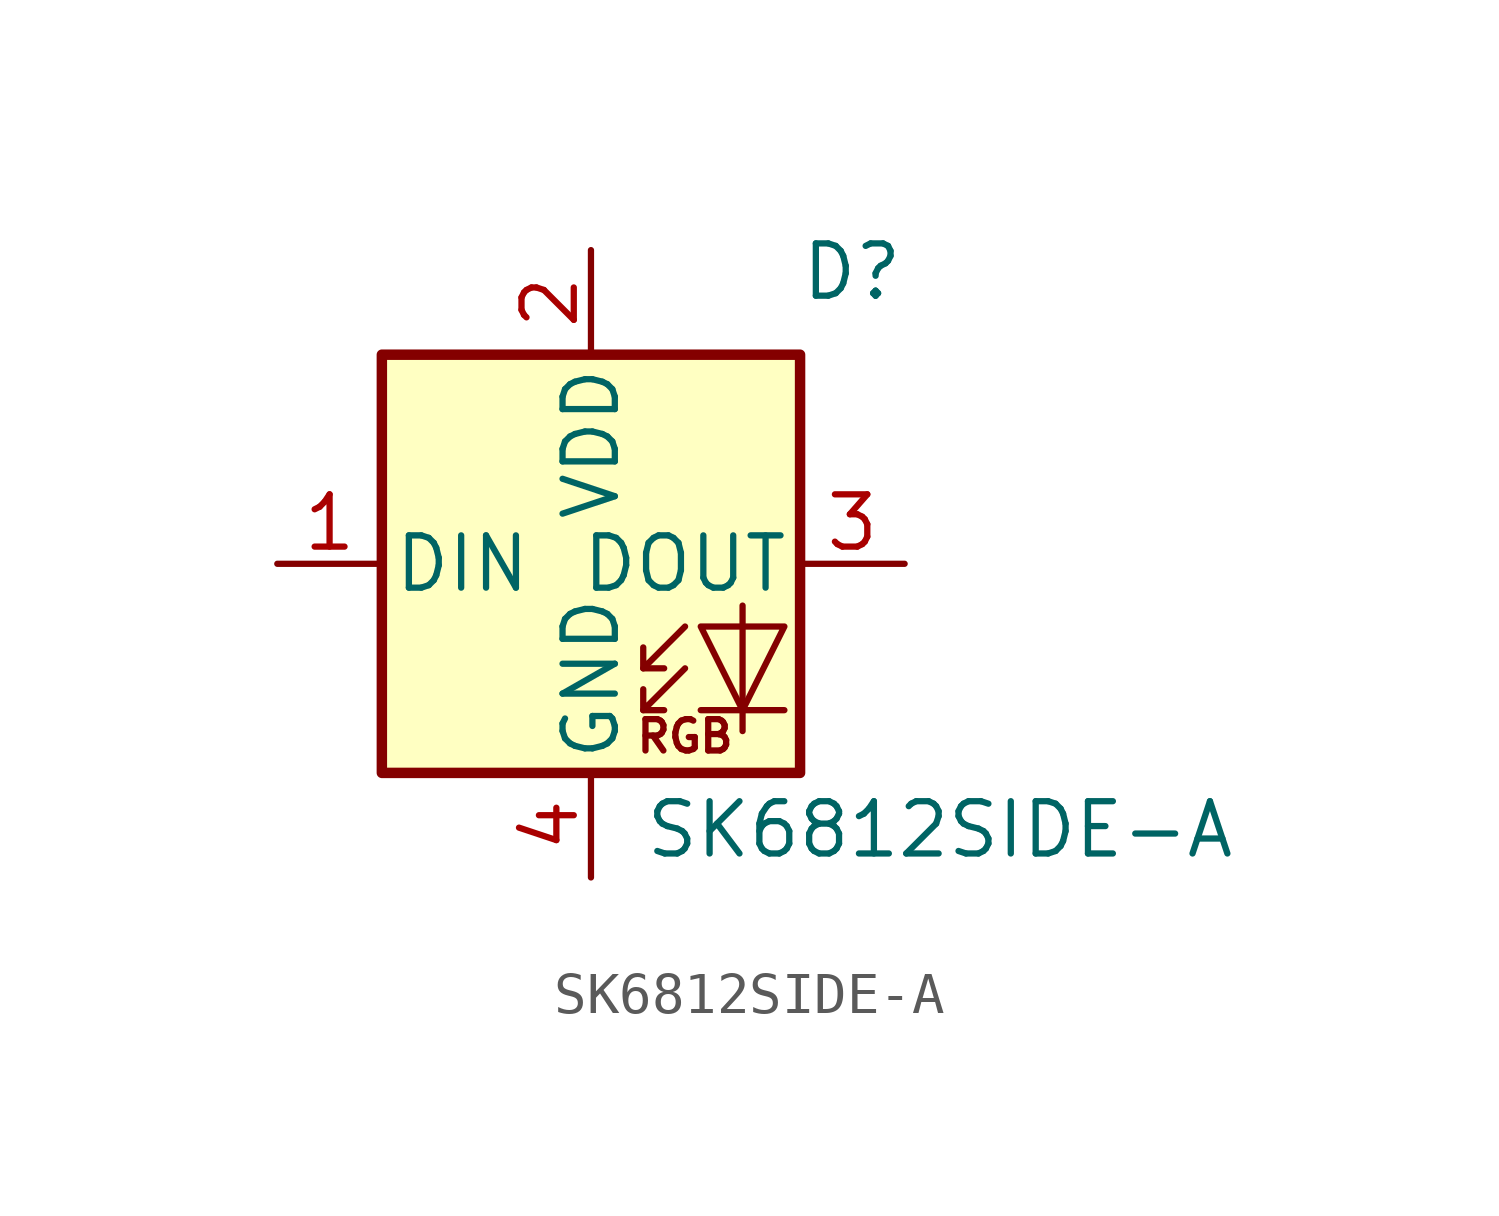
<source format=kicad_sym>
(kicad_symbol_lib
  (version 20211014)
  (generator kicad_symbol_editor)
  (symbol "SK6812SIDE-A"
    (pin_names
      (offset 0.254))
    (property "Reference" "D"
      (at 7.62 6.35 0)
      (effects (font (size 1.27 1.27)) (justify right bottom)))
    (property "Value" "SK6812SIDE-A"
      (at 1.27 -5.715 0)
      (effects (font (size 1.27 1.27)) (justify left top)))
    (symbol "SK6812SIDE-A_0_0"
      (text "RGB" (at 2.286 -4.191 0) (effects (font (size 0.762 0.762)))))
    (symbol "SK6812SIDE-A_0_1"
      (polyline (pts (xy 1.27 -3.556) (xy 1.778 -3.556)) (stroke (width 0) (type default) (color 0 0 0 0)) (fill (type none)))
      (polyline (pts (xy 1.27 -2.54) (xy 1.778 -2.54)) (stroke (width 0) (type default) (color 0 0 0 0)) (fill (type none)))
      (polyline (pts (xy 4.699 -3.556) (xy 2.667 -3.556)) (stroke (width 0) (type default) (color 0 0 0 0)) (fill (type none)))
      (polyline (pts (xy 2.286 -2.54) (xy 1.27 -3.556) (xy 1.27 -3.048)) (stroke (width 0) (type default) (color 0 0 0 0)) (fill (type none)))
      (polyline (pts (xy 2.286 -1.524) (xy 1.27 -2.54) (xy 1.27 -2.032)) (stroke (width 0) (type default) (color 0 0 0 0)) (fill (type none)))
      (polyline (pts (xy 3.683 -1.016) (xy 3.683 -3.556) (xy 3.683 -4.064)) (stroke (width 0) (type default) (color 0 0 0 0)) (fill (type none)))
      (polyline (pts (xy 4.699 -1.524) (xy 2.667 -1.524) (xy 3.683 -3.556) (xy 4.699 -1.524)) (stroke (width 0) (type default) (color 0 0 0 0)) (fill (type none)))
      (rectangle (start 5.08 5.08) (end -5.08 -5.08) (stroke (width 0.254) (type default) (color 0 0 0 0)) (fill (type background))))
    (symbol "SK6812SIDE-A_1_1"
      (pin input line (at -7.62 0 0) (length 2.54) (name "DIN" (effects (font (size 1.27 1.27)))) (number "1" (effects (font (size 1.27 1.27)))))
      (pin power_in line (at 0 7.62 270) (length 2.54) (name "VDD" (effects (font (size 1.27 1.27)))) (number "2" (effects (font (size 1.27 1.27)))))
      (pin output line (at 7.62 0 180) (length 2.54) (name "DOUT" (effects (font (size 1.27 1.27)))) (number "3" (effects (font (size 1.27 1.27)))))
      (pin power_in line (at 0 -7.62 90) (length 2.54) (name "GND" (effects (font (size 1.27 1.27)))) (number "4" (effects (font (size 1.27 1.27))))))))
</source>
